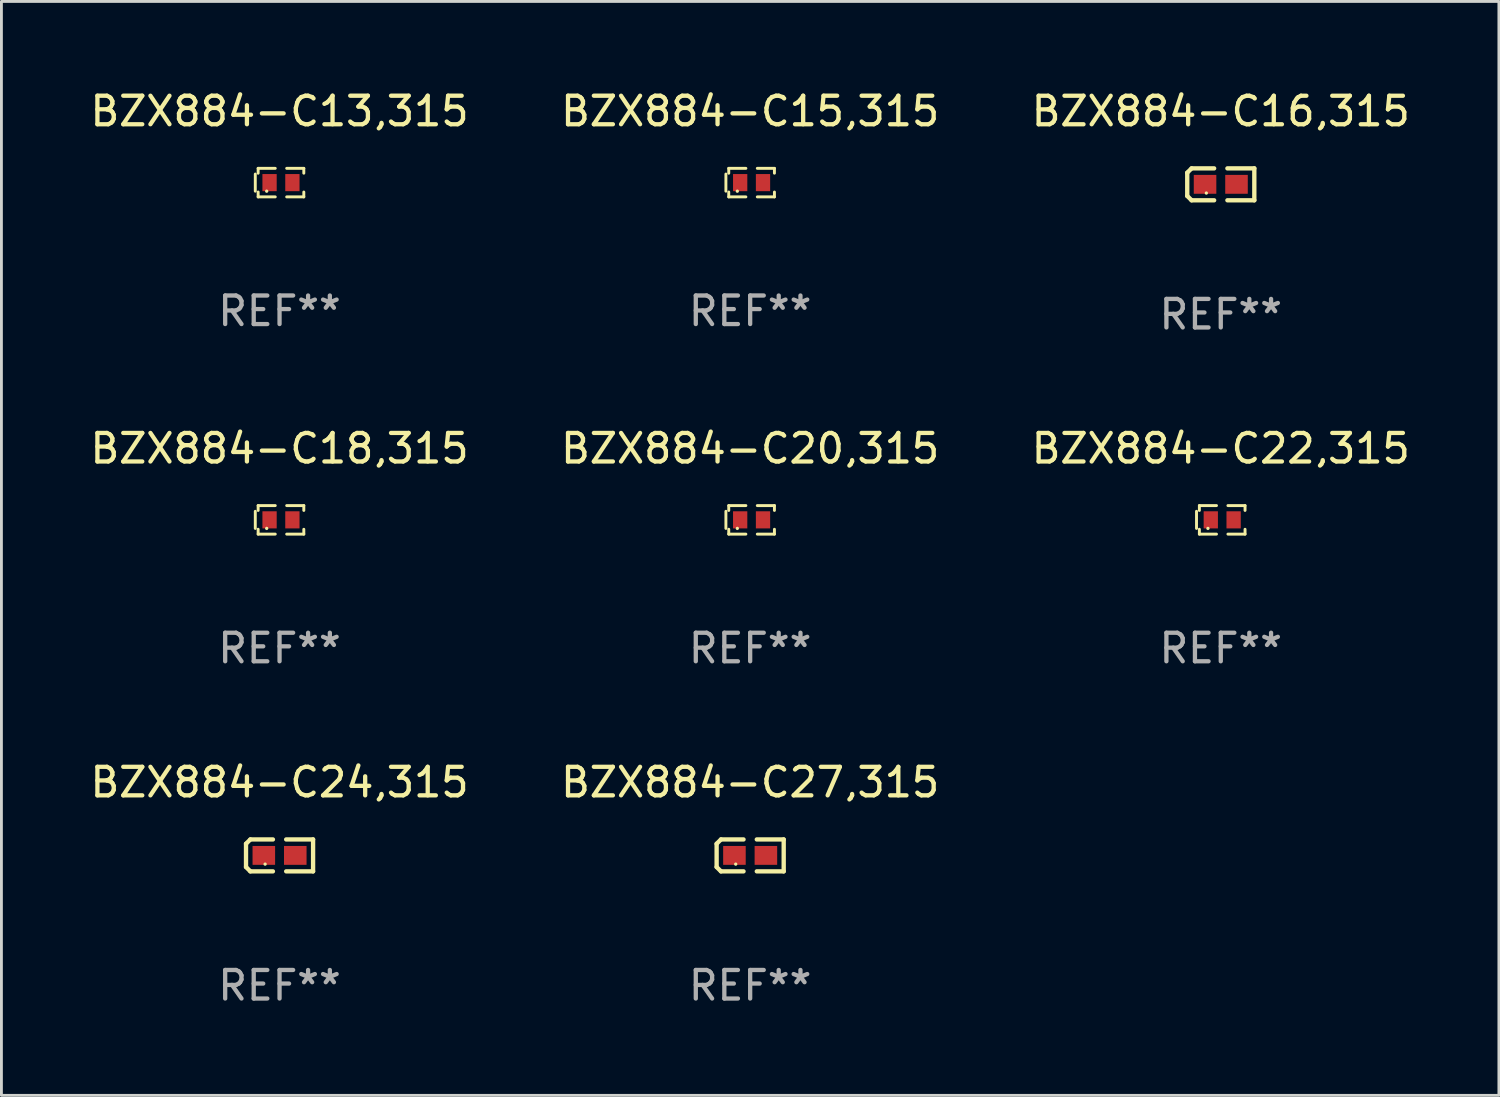
<source format=kicad_pcb>
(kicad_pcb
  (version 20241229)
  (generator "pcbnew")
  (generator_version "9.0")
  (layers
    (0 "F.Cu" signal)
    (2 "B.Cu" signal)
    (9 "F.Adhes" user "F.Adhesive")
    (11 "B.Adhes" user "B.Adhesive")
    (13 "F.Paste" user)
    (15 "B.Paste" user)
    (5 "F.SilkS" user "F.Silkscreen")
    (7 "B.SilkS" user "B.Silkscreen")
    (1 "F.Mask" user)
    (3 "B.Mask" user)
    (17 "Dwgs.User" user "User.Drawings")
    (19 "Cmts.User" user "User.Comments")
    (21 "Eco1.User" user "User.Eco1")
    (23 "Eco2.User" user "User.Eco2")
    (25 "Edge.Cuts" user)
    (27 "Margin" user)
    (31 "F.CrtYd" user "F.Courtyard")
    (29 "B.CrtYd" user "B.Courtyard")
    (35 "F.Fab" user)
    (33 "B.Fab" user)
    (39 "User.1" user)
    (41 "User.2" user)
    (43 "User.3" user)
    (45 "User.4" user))
  (footprint "BZX884-C15,315"
    (layer "F.Cu")
    (at 23.232 3.348)
    (property "Reference" "BZX884-C15,315" (at 0 -2.5 0) (layer "F.SilkS") (effects (font (size 1 1) (thickness 0.15))))
    (attr through_hole)
    (fp_line (start -0.85 -0.3) (end -0.85 0.3) (stroke (width 0.102) (type solid)) (layer "F.SilkS"))
    (fp_line (start -0.75 -0.5) (end -0.75 -0.329) (stroke (width 0.102) (type solid)) (layer "F.SilkS"))
    (fp_line (start -0.75 0.329) (end -0.75 0.5) (stroke (width 0.102) (type solid)) (layer "F.SilkS"))
    (fp_line (start -0.75 0.5) (end -0.15 0.5) (stroke (width 0.102) (type solid)) (layer "F.SilkS"))
    (fp_line (start -0.15 -0.5) (end -0.75 -0.5) (stroke (width 0.102) (type solid)) (layer "F.SilkS"))
    (fp_line (start 0.25 -0.5) (end 0.85 -0.5) (stroke (width 0.102) (type solid)) (layer "F.SilkS"))
    (fp_line (start 0.85 -0.5) (end 0.85 -0.33) (stroke (width 0.102) (type solid)) (layer "F.SilkS"))
    (fp_line (start 0.85 0.33) (end 0.85 0.5) (stroke (width 0.102) (type solid)) (layer "F.SilkS"))
    (fp_line (start 0.85 0.5) (end 0.25 0.5) (stroke (width 0.102) (type solid)) (layer "F.SilkS"))
    (fp_circle (center -0.45 0.3) (end -0.42 0.3) (stroke (width 0.06) (type solid)) (fill no) (layer "F.SilkS"))
    (fp_text user "REF**" (at 0 4.5 0) (layer "F.Fab") (effects (font (size 1 1) (thickness 0.15))))
    (pad "1" smd rect (at -0.35 0) (size 0.5 0.6) (layers "F.Cu" "F.Mask" "F.Paste"))
    (pad "2" smd rect (at 0.45 0) (size 0.5 0.6) (layers "F.Cu" "F.Mask" "F.Paste")))
  (footprint "BZX884-C13,315"
    (layer "F.Cu")
    (at 6.744 3.348)
    (property "Reference" "BZX884-C13,315" (at 0 -2.5 0) (layer "F.SilkS") (effects (font (size 1 1) (thickness 0.15))))
    (attr through_hole)
    (fp_line (start -0.85 -0.3) (end -0.85 0.3) (stroke (width 0.102) (type solid)) (layer "F.SilkS"))
    (fp_line (start -0.75 -0.5) (end -0.75 -0.329) (stroke (width 0.102) (type solid)) (layer "F.SilkS"))
    (fp_line (start -0.75 0.329) (end -0.75 0.5) (stroke (width 0.102) (type solid)) (layer "F.SilkS"))
    (fp_line (start -0.75 0.5) (end -0.15 0.5) (stroke (width 0.102) (type solid)) (layer "F.SilkS"))
    (fp_line (start -0.15 -0.5) (end -0.75 -0.5) (stroke (width 0.102) (type solid)) (layer "F.SilkS"))
    (fp_line (start 0.25 -0.5) (end 0.85 -0.5) (stroke (width 0.102) (type solid)) (layer "F.SilkS"))
    (fp_line (start 0.85 -0.5) (end 0.85 -0.33) (stroke (width 0.102) (type solid)) (layer "F.SilkS"))
    (fp_line (start 0.85 0.33) (end 0.85 0.5) (stroke (width 0.102) (type solid)) (layer "F.SilkS"))
    (fp_line (start 0.85 0.5) (end 0.25 0.5) (stroke (width 0.102) (type solid)) (layer "F.SilkS"))
    (fp_circle (center -0.45 0.3) (end -0.42 0.3) (stroke (width 0.06) (type solid)) (fill no) (layer "F.SilkS"))
    (fp_text user "REF**" (at 0 4.5 0) (layer "F.Fab") (effects (font (size 1 1) (thickness 0.15))))
    (pad "1" smd rect (at -0.35 0) (size 0.5 0.6) (layers "F.Cu" "F.Mask" "F.Paste"))
    (pad "2" smd rect (at 0.45 0) (size 0.5 0.6) (layers "F.Cu" "F.Mask" "F.Paste")))
  (footprint "BZX884-C18,315"
    (layer "F.Cu")
    (at 6.744 15.163)
    (property "Reference" "BZX884-C18,315" (at 0 -2.5 0) (layer "F.SilkS") (effects (font (size 1 1) (thickness 0.15))))
    (attr through_hole)
    (fp_line (start -0.85 -0.3) (end -0.85 0.3) (stroke (width 0.102) (type solid)) (layer "F.SilkS"))
    (fp_line (start -0.75 -0.5) (end -0.75 -0.329) (stroke (width 0.102) (type solid)) (layer "F.SilkS"))
    (fp_line (start -0.75 0.329) (end -0.75 0.5) (stroke (width 0.102) (type solid)) (layer "F.SilkS"))
    (fp_line (start -0.75 0.5) (end -0.15 0.5) (stroke (width 0.102) (type solid)) (layer "F.SilkS"))
    (fp_line (start -0.15 -0.5) (end -0.75 -0.5) (stroke (width 0.102) (type solid)) (layer "F.SilkS"))
    (fp_line (start 0.25 -0.5) (end 0.85 -0.5) (stroke (width 0.102) (type solid)) (layer "F.SilkS"))
    (fp_line (start 0.85 -0.5) (end 0.85 -0.33) (stroke (width 0.102) (type solid)) (layer "F.SilkS"))
    (fp_line (start 0.85 0.33) (end 0.85 0.5) (stroke (width 0.102) (type solid)) (layer "F.SilkS"))
    (fp_line (start 0.85 0.5) (end 0.25 0.5) (stroke (width 0.102) (type solid)) (layer "F.SilkS"))
    (fp_circle (center -0.45 0.3) (end -0.42 0.3) (stroke (width 0.06) (type solid)) (fill no) (layer "F.SilkS"))
    (fp_text user "REF**" (at 0 4.5 0) (layer "F.Fab") (effects (font (size 1 1) (thickness 0.15))))
    (pad "1" smd rect (at -0.35 0) (size 0.5 0.6) (layers "F.Cu" "F.Mask" "F.Paste"))
    (pad "2" smd rect (at 0.45 0) (size 0.5 0.6) (layers "F.Cu" "F.Mask" "F.Paste")))
  (footprint "BZX884-C22,315"
    (layer "F.Cu")
    (at 39.72 15.163)
    (property "Reference" "BZX884-C22,315" (at 0 -2.5 0) (layer "F.SilkS") (effects (font (size 1 1) (thickness 0.15))))
    (attr through_hole)
    (fp_line (start -0.85 -0.3) (end -0.85 0.3) (stroke (width 0.102) (type solid)) (layer "F.SilkS"))
    (fp_line (start -0.75 -0.5) (end -0.75 -0.329) (stroke (width 0.102) (type solid)) (layer "F.SilkS"))
    (fp_line (start -0.75 0.329) (end -0.75 0.5) (stroke (width 0.102) (type solid)) (layer "F.SilkS"))
    (fp_line (start -0.75 0.5) (end -0.15 0.5) (stroke (width 0.102) (type solid)) (layer "F.SilkS"))
    (fp_line (start -0.15 -0.5) (end -0.75 -0.5) (stroke (width 0.102) (type solid)) (layer "F.SilkS"))
    (fp_line (start 0.25 -0.5) (end 0.85 -0.5) (stroke (width 0.102) (type solid)) (layer "F.SilkS"))
    (fp_line (start 0.85 -0.5) (end 0.85 -0.33) (stroke (width 0.102) (type solid)) (layer "F.SilkS"))
    (fp_line (start 0.85 0.33) (end 0.85 0.5) (stroke (width 0.102) (type solid)) (layer "F.SilkS"))
    (fp_line (start 0.85 0.5) (end 0.25 0.5) (stroke (width 0.102) (type solid)) (layer "F.SilkS"))
    (fp_circle (center -0.45 0.3) (end -0.42 0.3) (stroke (width 0.06) (type solid)) (fill no) (layer "F.SilkS"))
    (fp_text user "REF**" (at 0 4.5 0) (layer "F.Fab") (effects (font (size 1 1) (thickness 0.15))))
    (pad "1" smd rect (at -0.35 0) (size 0.5 0.6) (layers "F.Cu" "F.Mask" "F.Paste"))
    (pad "2" smd rect (at 0.45 0) (size 0.5 0.6) (layers "F.Cu" "F.Mask" "F.Paste")))
  (footprint "BZX884-C27,315"
    (layer "F.Cu")
    (at 23.232 26.919)
    (property "Reference" "BZX884-C27,315" (at 0 -2.559 0) (layer "F.SilkS") (effects (font (size 1 1) (thickness 0.15))))
    (attr through_hole)
    (fp_line (start -1.175 -0.407) (end -1.023 -0.559) (stroke (width 0.152) (type solid)) (layer "F.SilkS"))
    (fp_line (start -1.175 0.407) (end -1.175 -0.407) (stroke (width 0.152) (type solid)) (layer "F.SilkS"))
    (fp_line (start -1.023 -0.559) (end -0.232 -0.559) (stroke (width 0.152) (type solid)) (layer "F.SilkS"))
    (fp_line (start -1.023 0.559) (end -1.175 0.407) (stroke (width 0.152) (type solid)) (layer "F.SilkS"))
    (fp_line (start -0.232 0.559) (end -1.023 0.559) (stroke (width 0.152) (type solid)) (layer "F.SilkS"))
    (fp_line (start 0.232 0.559) (end 1.175 0.559) (stroke (width 0.152) (type solid)) (layer "F.SilkS"))
    (fp_line (start 1.175 -0.559) (end 0.232 -0.559) (stroke (width 0.152) (type solid)) (layer "F.SilkS"))
    (fp_line (start 1.175 0.559) (end 1.175 -0.559) (stroke (width 0.152) (type solid)) (layer "F.SilkS"))
    (fp_circle (center -0.506 0.306) (end -0.476 0.306) (stroke (width 0.06) (type solid)) (fill no) (layer "F.SilkS"))
    (fp_text user "REF**" (at 0 4.559 0) (layer "F.Fab") (effects (font (size 1 1) (thickness 0.15))))
    (pad "1" smd rect (at -0.551 0) (size 0.79 0.661) (layers "F.Cu" "F.Mask" "F.Paste"))
    (pad "2" smd rect (at 0.551 0) (size 0.79 0.661) (layers "F.Cu" "F.Mask" "F.Paste")))
  (footprint "BZX884-C20,315"
    (layer "F.Cu")
    (at 23.232 15.163)
    (property "Reference" "BZX884-C20,315" (at 0 -2.5 0) (layer "F.SilkS") (effects (font (size 1 1) (thickness 0.15))))
    (attr through_hole)
    (fp_line (start -0.85 -0.3) (end -0.85 0.3) (stroke (width 0.102) (type solid)) (layer "F.SilkS"))
    (fp_line (start -0.75 -0.5) (end -0.75 -0.329) (stroke (width 0.102) (type solid)) (layer "F.SilkS"))
    (fp_line (start -0.75 0.329) (end -0.75 0.5) (stroke (width 0.102) (type solid)) (layer "F.SilkS"))
    (fp_line (start -0.75 0.5) (end -0.15 0.5) (stroke (width 0.102) (type solid)) (layer "F.SilkS"))
    (fp_line (start -0.15 -0.5) (end -0.75 -0.5) (stroke (width 0.102) (type solid)) (layer "F.SilkS"))
    (fp_line (start 0.25 -0.5) (end 0.85 -0.5) (stroke (width 0.102) (type solid)) (layer "F.SilkS"))
    (fp_line (start 0.85 -0.5) (end 0.85 -0.33) (stroke (width 0.102) (type solid)) (layer "F.SilkS"))
    (fp_line (start 0.85 0.33) (end 0.85 0.5) (stroke (width 0.102) (type solid)) (layer "F.SilkS"))
    (fp_line (start 0.85 0.5) (end 0.25 0.5) (stroke (width 0.102) (type solid)) (layer "F.SilkS"))
    (fp_circle (center -0.45 0.3) (end -0.42 0.3) (stroke (width 0.06) (type solid)) (fill no) (layer "F.SilkS"))
    (fp_text user "REF**" (at 0 4.5 0) (layer "F.Fab") (effects (font (size 1 1) (thickness 0.15))))
    (pad "1" smd rect (at -0.35 0) (size 0.5 0.6) (layers "F.Cu" "F.Mask" "F.Paste"))
    (pad "2" smd rect (at 0.45 0) (size 0.5 0.6) (layers "F.Cu" "F.Mask" "F.Paste")))
  (footprint "BZX884-C16,315"
    (layer "F.Cu")
    (at 39.72 3.408)
    (property "Reference" "BZX884-C16,315" (at 0 -2.559 0) (layer "F.SilkS") (effects (font (size 1 1) (thickness 0.15))))
    (attr through_hole)
    (fp_line (start -1.175 -0.407) (end -1.023 -0.559) (stroke (width 0.152) (type solid)) (layer "F.SilkS"))
    (fp_line (start -1.175 0.407) (end -1.175 -0.407) (stroke (width 0.152) (type solid)) (layer "F.SilkS"))
    (fp_line (start -1.023 -0.559) (end -0.232 -0.559) (stroke (width 0.152) (type solid)) (layer "F.SilkS"))
    (fp_line (start -1.023 0.559) (end -1.175 0.407) (stroke (width 0.152) (type solid)) (layer "F.SilkS"))
    (fp_line (start -0.232 0.559) (end -1.023 0.559) (stroke (width 0.152) (type solid)) (layer "F.SilkS"))
    (fp_line (start 0.232 0.559) (end 1.175 0.559) (stroke (width 0.152) (type solid)) (layer "F.SilkS"))
    (fp_line (start 1.175 -0.559) (end 0.232 -0.559) (stroke (width 0.152) (type solid)) (layer "F.SilkS"))
    (fp_line (start 1.175 0.559) (end 1.175 -0.559) (stroke (width 0.152) (type solid)) (layer "F.SilkS"))
    (fp_circle (center -0.506 0.306) (end -0.476 0.306) (stroke (width 0.06) (type solid)) (fill no) (layer "F.SilkS"))
    (fp_text user "REF**" (at 0 4.559 0) (layer "F.Fab") (effects (font (size 1 1) (thickness 0.15))))
    (pad "1" smd rect (at -0.551 0) (size 0.79 0.661) (layers "F.Cu" "F.Mask" "F.Paste"))
    (pad "2" smd rect (at 0.551 0) (size 0.79 0.661) (layers "F.Cu" "F.Mask" "F.Paste")))
  (footprint "BZX884-C24,315"
    (layer "F.Cu")
    (at 6.744 26.919)
    (property "Reference" "BZX884-C24,315" (at 0 -2.559 0) (layer "F.SilkS") (effects (font (size 1 1) (thickness 0.15))))
    (attr through_hole)
    (fp_line (start -1.175 -0.407) (end -1.023 -0.559) (stroke (width 0.152) (type solid)) (layer "F.SilkS"))
    (fp_line (start -1.175 0.407) (end -1.175 -0.407) (stroke (width 0.152) (type solid)) (layer "F.SilkS"))
    (fp_line (start -1.023 -0.559) (end -0.232 -0.559) (stroke (width 0.152) (type solid)) (layer "F.SilkS"))
    (fp_line (start -1.023 0.559) (end -1.175 0.407) (stroke (width 0.152) (type solid)) (layer "F.SilkS"))
    (fp_line (start -0.232 0.559) (end -1.023 0.559) (stroke (width 0.152) (type solid)) (layer "F.SilkS"))
    (fp_line (start 0.232 0.559) (end 1.175 0.559) (stroke (width 0.152) (type solid)) (layer "F.SilkS"))
    (fp_line (start 1.175 -0.559) (end 0.232 -0.559) (stroke (width 0.152) (type solid)) (layer "F.SilkS"))
    (fp_line (start 1.175 0.559) (end 1.175 -0.559) (stroke (width 0.152) (type solid)) (layer "F.SilkS"))
    (fp_circle (center -0.506 0.306) (end -0.476 0.306) (stroke (width 0.06) (type solid)) (fill no) (layer "F.SilkS"))
    (fp_text user "REF**" (at 0 4.559 0) (layer "F.Fab") (effects (font (size 1 1) (thickness 0.15))))
    (pad "1" smd rect (at -0.551 0) (size 0.79 0.661) (layers "F.Cu" "F.Mask" "F.Paste"))
    (pad "2" smd rect (at 0.551 0) (size 0.79 0.661) (layers "F.Cu" "F.Mask" "F.Paste")))
  (gr_rect
    (start -3 -3)
    (end 49.464 35.327)
    (stroke (width 0.1) (type default))
    (fill no)
    (layer "Edge.Cuts")))
</source>
